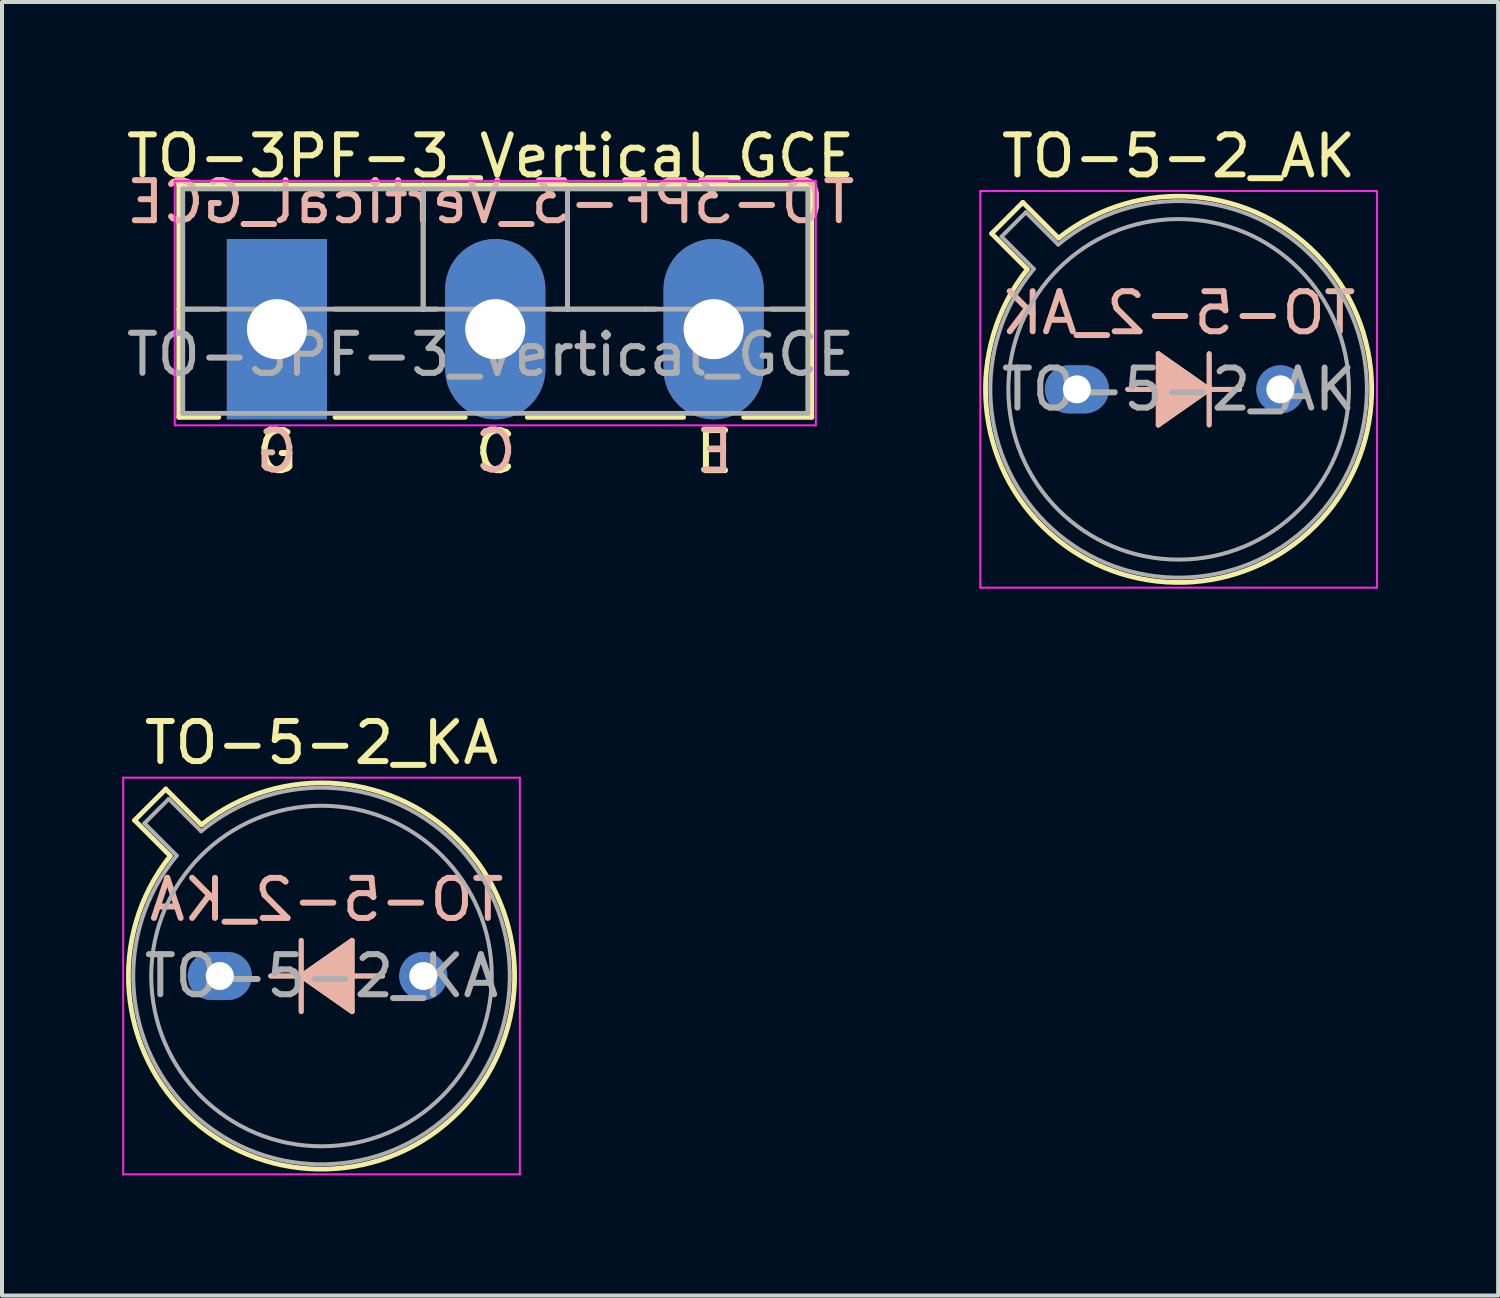
<source format=kicad_pcb>
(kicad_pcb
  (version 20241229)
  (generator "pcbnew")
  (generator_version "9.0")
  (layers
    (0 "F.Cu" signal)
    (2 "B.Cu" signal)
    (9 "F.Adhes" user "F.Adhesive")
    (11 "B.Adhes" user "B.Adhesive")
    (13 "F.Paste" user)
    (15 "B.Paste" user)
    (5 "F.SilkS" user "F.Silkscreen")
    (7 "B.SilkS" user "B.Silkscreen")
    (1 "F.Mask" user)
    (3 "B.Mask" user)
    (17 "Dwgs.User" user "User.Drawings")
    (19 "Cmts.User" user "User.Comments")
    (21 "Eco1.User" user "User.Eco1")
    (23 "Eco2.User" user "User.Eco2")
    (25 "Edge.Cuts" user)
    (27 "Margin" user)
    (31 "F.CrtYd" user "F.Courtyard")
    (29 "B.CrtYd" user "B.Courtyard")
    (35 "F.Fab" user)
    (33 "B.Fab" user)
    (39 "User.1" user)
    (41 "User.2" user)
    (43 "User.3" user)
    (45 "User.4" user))
  (footprint "TO-5-2_KA"
    (layer "F.Cu")
    (at 2.435 21.311)
    (property "Reference" "TO-5-2_KA" (at 2.54 -5.82 0) (layer "F.SilkS") (effects (font (size 1 1) (thickness 0.15))))
    (fp_line (start -2.126 -3.888) (end -1.235 -2.997) (stroke (width 0.12) (type solid)) (layer "F.SilkS"))
    (fp_line (start -1.348 -4.666) (end -2.126 -3.888) (stroke (width 0.12) (type solid)) (layer "F.SilkS"))
    (fp_line (start -0.457 -3.775) (end -1.348 -4.666) (stroke (width 0.12) (type solid)) (layer "F.SilkS"))
    (fp_line (start 2.032 0) (end 1.27 0) (stroke (width 0.12) (type solid)) (layer "F.SilkS"))
    (fp_line (start 2.032 0) (end 3.302 -0.889) (stroke (width 0.12) (type solid)) (layer "F.SilkS"))
    (fp_line (start 2.032 0.889) (end 2.032 -0.889) (stroke (width 0.12) (type solid)) (layer "F.SilkS"))
    (fp_line (start 3.302 -0.889) (end 3.302 0.889) (stroke (width 0.12) (type solid)) (layer "F.SilkS"))
    (fp_line (start 3.302 0.889) (end 2.032 0) (stroke (width 0.12) (type solid)) (layer "F.SilkS"))
    (fp_line (start 4.064 0) (end 3.302 0) (stroke (width 0.12) (type solid)) (layer "F.SilkS"))
    (fp_arc (start -0.457084 -3.774902) (mid 5.948125 3.408384) (end -1.234674 -2.997371) (stroke (width 0.12) (type solid)) (layer "F.SilkS"))
    (fp_poly (pts (xy 3.302 0.889) (xy 2.032 0) (xy 3.302 -0.889)) (stroke (width 0.1) (type solid)) (fill yes) (layer "F.SilkS"))
    (fp_line (start 2.032 -0.889) (end 2.032 0.889) (stroke (width 0.12) (type solid)) (layer "B.SilkS"))
    (fp_line (start 2.032 0) (end 1.27 0) (stroke (width 0.12) (type solid)) (layer "B.SilkS"))
    (fp_line (start 2.032 0) (end 3.302 0.889) (stroke (width 0.12) (type solid)) (layer "B.SilkS"))
    (fp_line (start 3.302 -0.889) (end 2.032 0) (stroke (width 0.12) (type solid)) (layer "B.SilkS"))
    (fp_line (start 3.302 0.889) (end 3.302 -0.889) (stroke (width 0.12) (type solid)) (layer "B.SilkS"))
    (fp_line (start 4.064 0) (end 3.302 0) (stroke (width 0.12) (type solid)) (layer "B.SilkS"))
    (fp_poly (pts (xy 3.302 -0.889) (xy 2.032 0) (xy 3.302 0.889)) (stroke (width 0.1) (type solid)) (fill yes) (layer "B.SilkS"))
    (fp_line (start -2.41 -4.95) (end -2.41 4.95) (stroke (width 0.05) (type solid)) (layer "F.CrtYd"))
    (fp_line (start -2.41 4.95) (end 7.49 4.95) (stroke (width 0.05) (type solid)) (layer "F.CrtYd"))
    (fp_line (start 7.49 -4.95) (end -2.41 -4.95) (stroke (width 0.05) (type solid)) (layer "F.CrtYd"))
    (fp_line (start 7.49 4.95) (end 7.49 -4.95) (stroke (width 0.05) (type solid)) (layer "F.CrtYd"))
    (fp_line (start -1.88 -3.812) (end -1.074 -3.005) (stroke (width 0.1) (type solid)) (layer "F.Fab"))
    (fp_line (start -1.272 -4.42) (end -1.88 -3.812) (stroke (width 0.1) (type solid)) (layer "F.Fab"))
    (fp_line (start -0.465 -3.614) (end -1.272 -4.42) (stroke (width 0.1) (type solid)) (layer "F.Fab"))
    (fp_arc (start -0.465408 -3.61352) (mid 5.863443 3.323361) (end -1.073594 -3.005319) (stroke (width 0.1) (type solid)) (layer "F.Fab"))
    (fp_circle (center 2.54 0) (end 6.79 0) (stroke (width 0.1) (type solid)) (fill no) (layer "F.Fab"))
    (fp_text user "${REFERENCE}" (at 2.667 -1.905 0) (layer "B.SilkS") (effects (font (size 1 1) (thickness 0.15)) (justify mirror)))
    (fp_text user "${REFERENCE}" (at 2.54 0 0) (layer "F.Fab") (effects (font (size 1 1) (thickness 0.15))))
    (pad "1" thru_hole oval (at 0 0) (size 1.6 1.2) (drill 0.7) (layers "*.Cu" "*.Mask"))
    (pad "2" thru_hole oval (at 5.08 0) (size 1.2 1.2) (drill 0.7) (layers "*.Cu" "*.Mask")))
  (footprint "TO-5-2_AK"
    (layer "F.Cu")
    (at 23.828 6.668)
    (property "Reference" "TO-5-2_AK" (at 2.54 -5.82 0) (layer "F.SilkS") (effects (font (size 1 1) (thickness 0.15))))
    (fp_line (start -2.126 -3.888) (end -1.235 -2.997) (stroke (width 0.12) (type solid)) (layer "F.SilkS"))
    (fp_line (start -1.348 -4.666) (end -2.126 -3.888) (stroke (width 0.12) (type solid)) (layer "F.SilkS"))
    (fp_line (start -0.457 -3.775) (end -1.348 -4.666) (stroke (width 0.12) (type solid)) (layer "F.SilkS"))
    (fp_line (start 1.27 0) (end 2.032 0) (stroke (width 0.12) (type solid)) (layer "F.SilkS"))
    (fp_line (start 2.032 -0.889) (end 3.302 0) (stroke (width 0.12) (type solid)) (layer "F.SilkS"))
    (fp_line (start 2.032 0.889) (end 2.032 -0.889) (stroke (width 0.12) (type solid)) (layer "F.SilkS"))
    (fp_line (start 3.302 -0.889) (end 3.302 0.889) (stroke (width 0.12) (type solid)) (layer "F.SilkS"))
    (fp_line (start 3.302 0) (end 2.032 0.889) (stroke (width 0.12) (type solid)) (layer "F.SilkS"))
    (fp_line (start 3.302 0) (end 4.064 0) (stroke (width 0.12) (type solid)) (layer "F.SilkS"))
    (fp_arc (start -0.457084 -3.774902) (mid 5.948125 3.408384) (end -1.234674 -2.997371) (stroke (width 0.12) (type solid)) (layer "F.SilkS"))
    (fp_poly (pts (xy 3.302 0) (xy 2.032 0.889) (xy 2.032 -0.889)) (stroke (width 0.1) (type solid)) (fill yes) (layer "F.SilkS"))
    (fp_line (start 1.27 0) (end 2.032 0) (stroke (width 0.12) (type solid)) (layer "B.SilkS"))
    (fp_line (start 2.032 -0.889) (end 2.032 0.889) (stroke (width 0.12) (type solid)) (layer "B.SilkS"))
    (fp_line (start 2.032 0.889) (end 3.302 0) (stroke (width 0.12) (type solid)) (layer "B.SilkS"))
    (fp_line (start 3.302 0) (end 2.032 -0.889) (stroke (width 0.12) (type solid)) (layer "B.SilkS"))
    (fp_line (start 3.302 0) (end 4.064 0) (stroke (width 0.12) (type solid)) (layer "B.SilkS"))
    (fp_line (start 3.302 0.889) (end 3.302 -0.889) (stroke (width 0.12) (type solid)) (layer "B.SilkS"))
    (fp_poly (pts (xy 3.302 0) (xy 2.032 -0.889) (xy 2.032 0.889)) (stroke (width 0.1) (type solid)) (fill yes) (layer "B.SilkS"))
    (fp_line (start -2.41 -4.95) (end -2.41 4.95) (stroke (width 0.05) (type solid)) (layer "F.CrtYd"))
    (fp_line (start -2.41 4.95) (end 7.49 4.95) (stroke (width 0.05) (type solid)) (layer "F.CrtYd"))
    (fp_line (start 7.49 -4.95) (end -2.41 -4.95) (stroke (width 0.05) (type solid)) (layer "F.CrtYd"))
    (fp_line (start 7.49 4.95) (end 7.49 -4.95) (stroke (width 0.05) (type solid)) (layer "F.CrtYd"))
    (fp_line (start -1.88 -3.812) (end -1.074 -3.005) (stroke (width 0.1) (type solid)) (layer "F.Fab"))
    (fp_line (start -1.272 -4.42) (end -1.88 -3.812) (stroke (width 0.1) (type solid)) (layer "F.Fab"))
    (fp_line (start -0.465 -3.614) (end -1.272 -4.42) (stroke (width 0.1) (type solid)) (layer "F.Fab"))
    (fp_arc (start -0.465408 -3.61352) (mid 5.863443 3.323361) (end -1.073594 -3.005319) (stroke (width 0.1) (type solid)) (layer "F.Fab"))
    (fp_circle (center 2.54 0) (end 6.79 0) (stroke (width 0.1) (type solid)) (fill no) (layer "F.Fab"))
    (fp_text user "${REFERENCE}" (at 2.54 -1.905 0) (layer "B.SilkS") (effects (font (size 1 1) (thickness 0.15)) (justify mirror)))
    (fp_text user "${REFERENCE}" (at 2.54 0 0) (layer "F.Fab") (effects (font (size 1 1) (thickness 0.15))))
    (pad "1" thru_hole oval (at 0 0) (size 1.6 1.2) (drill 0.7) (layers "*.Cu" "*.Mask"))
    (pad "2" thru_hole oval (at 5.08 0) (size 1.2 1.2) (drill 0.7) (layers "*.Cu" "*.Mask")))
  (footprint "TO-3PF-3_Vertical_GCE"
    (layer "F.Cu")
    (at 3.862 5.166)
    (property "Reference" "TO-3PF-3_Vertical_GCE" (at 5.334 -4.318 0) (layer "F.SilkS") (effects (font (size 1 1) (thickness 0.15))))
    (fp_line (start -2.45 -3.6) (end -2.45 2.2) (stroke (width 0.12) (type solid)) (layer "F.SilkS"))
    (fp_line (start -2.45 2.2) (end -1.45 2.2) (stroke (width 0.12) (type solid)) (layer "F.SilkS"))
    (fp_line (start -1.45 -0.5) (end -2.45 -0.5) (stroke (width 0.12) (type solid)) (layer "F.SilkS"))
    (fp_line (start 1.45 2.2) (end 4.7 2.2) (stroke (width 0.12) (type solid)) (layer "F.SilkS"))
    (fp_line (start 3.65 -3.6) (end 3.65 -0.5) (stroke (width 0.12) (type solid)) (layer "F.SilkS"))
    (fp_line (start 3.65 -0.5) (end 1.45 -0.5) (stroke (width 0.12) (type solid)) (layer "F.SilkS"))
    (fp_line (start 3.65 -0.5) (end 4 -0.5) (stroke (width 0.12) (type solid)) (layer "F.SilkS"))
    (fp_line (start 6.25 2.2) (end 10.15 2.2) (stroke (width 0.12) (type solid)) (layer "F.SilkS"))
    (fp_line (start 7.25 -0.5) (end 7.25 -3.6) (stroke (width 0.12) (type solid)) (layer "F.SilkS"))
    (fp_line (start 9.2 -0.5) (end 6.9 -0.5) (stroke (width 0.12) (type solid)) (layer "F.SilkS"))
    (fp_line (start 9.45 -0.5) (end 9.2 -0.5) (stroke (width 0.12) (type solid)) (layer "F.SilkS"))
    (fp_line (start 11.65 2.2) (end 13.35 2.2) (stroke (width 0.12) (type solid)) (layer "F.SilkS"))
    (fp_line (start 13.35 -3.6) (end -2.45 -3.6) (stroke (width 0.12) (type solid)) (layer "F.SilkS"))
    (fp_line (start 13.35 -0.5) (end 12.35 -0.5) (stroke (width 0.12) (type solid)) (layer "F.SilkS"))
    (fp_line (start 13.35 2.2) (end 13.35 -3.6) (stroke (width 0.12) (type solid)) (layer "F.SilkS"))
    (fp_line (start -2.55 -3.7) (end -2.55 2.4) (stroke (width 0.05) (type solid)) (layer "F.CrtYd"))
    (fp_line (start -2.55 2.4) (end 13.45 2.4) (stroke (width 0.05) (type solid)) (layer "F.CrtYd"))
    (fp_line (start 13.45 -3.7) (end -2.55 -3.7) (stroke (width 0.05) (type solid)) (layer "F.CrtYd"))
    (fp_line (start 13.45 2.4) (end 13.45 -3.7) (stroke (width 0.05) (type solid)) (layer "F.CrtYd"))
    (fp_line (start -2.35 -3.5) (end -2.35 2.1) (stroke (width 0.12) (type solid)) (layer "F.Fab"))
    (fp_line (start -2.35 2.1) (end 13.25 2.1) (stroke (width 0.12) (type solid)) (layer "F.Fab"))
    (fp_line (start -0.05 -3.5) (end -2.35 -3.5) (stroke (width 0.12) (type solid)) (layer "F.Fab"))
    (fp_line (start 2.95 -3.5) (end -0.05 -3.5) (stroke (width 0.12) (type solid)) (layer "F.Fab"))
    (fp_line (start 3.65 -3.5) (end 3.65 -0.5) (stroke (width 0.12) (type solid)) (layer "F.Fab"))
    (fp_line (start 7.25 -3.5) (end 7.25 -0.5) (stroke (width 0.12) (type solid)) (layer "F.Fab"))
    (fp_line (start 10.85 -0.5) (end -2.35 -0.5) (stroke (width 0.12) (type solid)) (layer "F.Fab"))
    (fp_line (start 10.85 -0.5) (end 13.25 -0.5) (stroke (width 0.12) (type solid)) (layer "F.Fab"))
    (fp_line (start 10.95 -3.5) (end 2.95 -3.5) (stroke (width 0.12) (type solid)) (layer "F.Fab"))
    (fp_line (start 13.25 -3.5) (end 10.95 -3.5) (stroke (width 0.12) (type solid)) (layer "F.Fab"))
    (fp_line (start 13.25 2.1) (end 13.25 -3.5) (stroke (width 0.12) (type solid)) (layer "F.Fab"))
    (fp_text user "E" (at 10.922 3.064 0) (unlocked yes) (layer "F.SilkS") (effects (font (size 1 1) (thickness 0.15))))
    (fp_text user "C" (at 5.461 3.064 0) (unlocked yes) (layer "F.SilkS") (effects (font (size 1 1) (thickness 0.15))))
    (fp_text user "G" (at 0 3.064 0) (unlocked yes) (layer "F.SilkS") (effects (font (size 1 1) (thickness 0.15))))
    (fp_text user "${REFERENCE}" (at 5.334 -3.175 0) (layer "B.SilkS") (effects (font (size 1 1) (thickness 0.15)) (justify mirror)))
    (fp_text user "E" (at 10.922 3.048 0) (unlocked yes) (layer "B.SilkS") (effects (font (size 1 1) (thickness 0.15)) (justify mirror)))
    (fp_text user "G" (at 0 3.048 0) (unlocked yes) (layer "B.SilkS") (effects (font (size 1 1) (thickness 0.15)) (justify mirror)))
    (fp_text user "C" (at 5.461 3.048 0) (unlocked yes) (layer "B.SilkS") (effects (font (size 1 1) (thickness 0.15)) (justify mirror)))
    (fp_text user "${REFERENCE}" (at 5.334 0.635 0) (layer "F.Fab") (effects (font (size 1 1) (thickness 0.15))))
    (pad "1" thru_hole rect (at 0 0) (size 2.5 4.5) (drill 1.5) (layers "*.Cu" "*.Mask"))
    (pad "2" thru_hole oval (at 5.45 0) (size 2.5 4.5) (drill 1.5) (layers "*.Cu" "*.Mask"))
    (pad "3" thru_hole oval (at 10.9 0) (size 2.5 4.5) (drill 1.5) (layers "*.Cu" "*.Mask")))
  (gr_rect
    (start -3 -3)
    (end 34.343 29.287)
    (stroke (width 0.1) (type default))
    (fill no)
    (layer "Edge.Cuts")))
</source>
